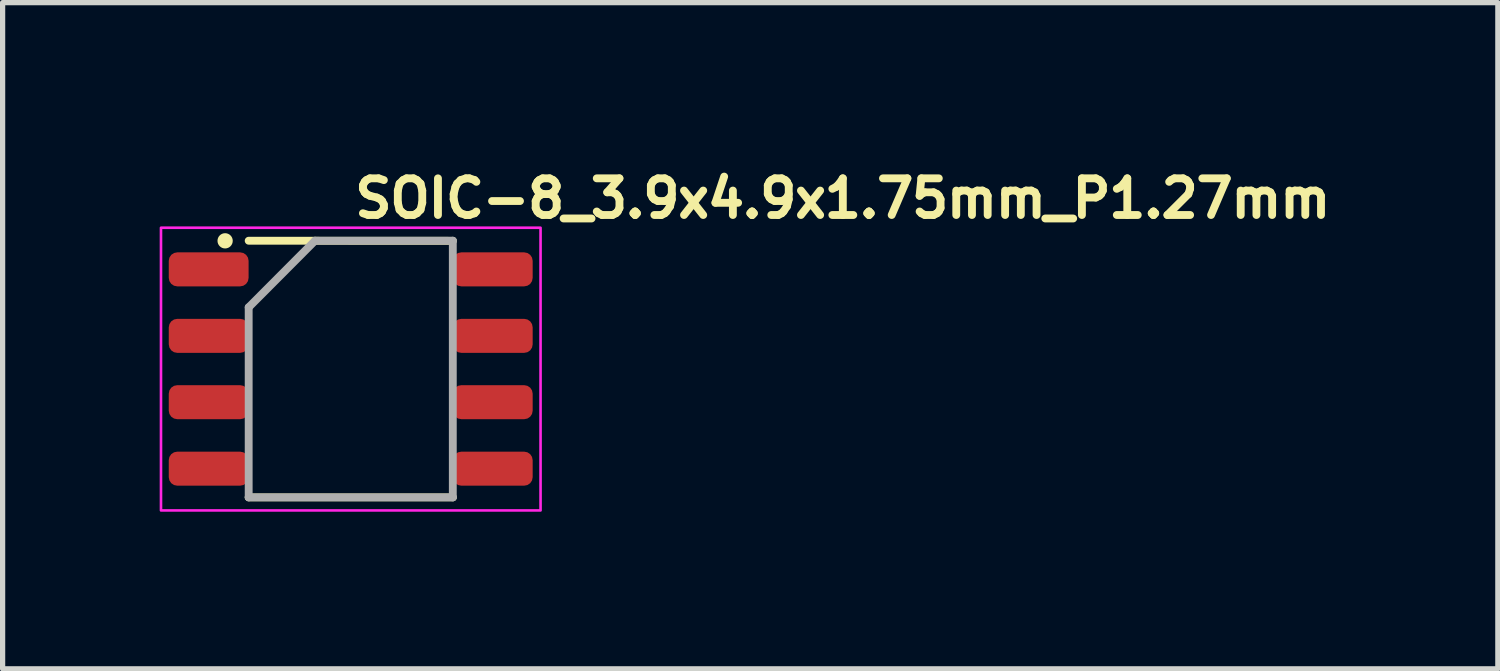
<source format=kicad_pcb>
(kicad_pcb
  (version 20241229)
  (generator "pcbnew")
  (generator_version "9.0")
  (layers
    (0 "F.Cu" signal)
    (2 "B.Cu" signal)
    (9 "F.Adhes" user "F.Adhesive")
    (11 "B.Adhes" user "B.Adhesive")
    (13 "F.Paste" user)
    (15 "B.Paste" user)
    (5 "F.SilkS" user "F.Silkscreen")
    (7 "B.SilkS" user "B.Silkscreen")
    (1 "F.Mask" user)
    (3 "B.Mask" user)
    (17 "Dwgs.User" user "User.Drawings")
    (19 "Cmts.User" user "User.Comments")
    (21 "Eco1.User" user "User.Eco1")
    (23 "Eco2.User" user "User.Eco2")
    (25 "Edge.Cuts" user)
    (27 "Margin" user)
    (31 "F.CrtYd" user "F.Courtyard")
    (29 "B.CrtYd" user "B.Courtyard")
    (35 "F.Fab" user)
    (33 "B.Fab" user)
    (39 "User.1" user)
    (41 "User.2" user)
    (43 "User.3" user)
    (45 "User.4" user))
  (footprint "SOIC-8_3.9x4.9x1.75mm_P1.27mm"
    (layer "F.Cu")
    (at 3.65 4)
    (property "Reference" "SOIC-8_3.9x4.9x1.75mm_P1.27mm" (at 0 -2.85 0) (layer "F.SilkS") (effects (font (size 0.7 0.7) (thickness 0.15)) (justify left bottom)))
    (attr smd)
    (fp_line (start -1.95 -2.452) (end 1.95 -2.45) (stroke (width 0.15) (type solid)) (layer "F.SilkS"))
    (fp_line (start -1.95 2.45) (end 1.95 2.45) (stroke (width 0.15) (type solid)) (layer "F.SilkS"))
    (fp_circle (center -2.4 -2.45) (end -2.35 -2.4) (stroke (width 0.15) (type solid)) (fill yes) (layer "F.SilkS"))
    (fp_rect (start -3.625 -2.7) (end 3.625 2.7) (stroke (width 0.05) (type solid)) (fill no) (layer "F.CrtYd"))
    (fp_line (start -1.95 -1.18) (end -0.683 -2.452) (stroke (width 0.15) (type solid)) (layer "F.Fab"))
    (fp_line (start -1.95 2.45) (end -1.95 -1.18) (stroke (width 0.15) (type solid)) (layer "F.Fab"))
    (fp_line (start -0.683 -2.452) (end 1.949 -2.452) (stroke (width 0.15) (type solid)) (layer "F.Fab"))
    (fp_line (start 1.949 -2.452) (end 1.949 2.45) (stroke (width 0.15) (type solid)) (layer "F.Fab"))
    (fp_line (start 1.949 2.45) (end -1.95 2.45) (stroke (width 0.15) (type solid)) (layer "F.Fab"))
    (fp_rect (start -3 -2.452) (end 2.999 2.45) (stroke (width 0.1) (type solid)) (fill no) (layer "User.5"))
    (fp_line (start -3 -2.11) (end -2.753 -2.11) (stroke (width 0.02) (type solid)) (layer "User.9"))
    (fp_line (start -3 -1.7) (end -3 -2.11) (stroke (width 0.02) (type solid)) (layer "User.9"))
    (fp_line (start -3 -1.7) (end -2.753 -1.7) (stroke (width 0.02) (type solid)) (layer "User.9"))
    (fp_line (start -3 -0.84) (end -2.753 -0.84) (stroke (width 0.02) (type solid)) (layer "User.9"))
    (fp_line (start -3 -0.43) (end -3 -0.84) (stroke (width 0.02) (type solid)) (layer "User.9"))
    (fp_line (start -3 -0.43) (end -2.753 -0.43) (stroke (width 0.02) (type solid)) (layer "User.9"))
    (fp_line (start -3 0.428) (end -2.753 0.428) (stroke (width 0.02) (type solid)) (layer "User.9"))
    (fp_line (start -3 0.838) (end -3 0.428) (stroke (width 0.02) (type solid)) (layer "User.9"))
    (fp_line (start -3 0.838) (end -2.753 0.838) (stroke (width 0.02) (type solid)) (layer "User.9"))
    (fp_line (start -3 1.699) (end -2.753 1.699) (stroke (width 0.02) (type solid)) (layer "User.9"))
    (fp_line (start -3 2.108) (end -3 1.699) (stroke (width 0.02) (type solid)) (layer "User.9"))
    (fp_line (start -3 2.108) (end -2.753 2.108) (stroke (width 0.02) (type solid)) (layer "User.9"))
    (fp_line (start -2.753 -2.11) (end -2.672 -2.11) (stroke (width 0.02) (type solid)) (layer "User.9"))
    (fp_line (start -2.753 -1.7) (end -2.672 -1.7) (stroke (width 0.02) (type solid)) (layer "User.9"))
    (fp_line (start -2.753 -0.84) (end -2.672 -0.84) (stroke (width 0.02) (type solid)) (layer "User.9"))
    (fp_line (start -2.753 -0.43) (end -2.672 -0.43) (stroke (width 0.02) (type solid)) (layer "User.9"))
    (fp_line (start -2.753 0.428) (end -2.672 0.428) (stroke (width 0.02) (type solid)) (layer "User.9"))
    (fp_line (start -2.753 0.838) (end -2.672 0.838) (stroke (width 0.02) (type solid)) (layer "User.9"))
    (fp_line (start -2.753 1.699) (end -2.672 1.699) (stroke (width 0.02) (type solid)) (layer "User.9"))
    (fp_line (start -2.753 2.108) (end -2.672 2.108) (stroke (width 0.02) (type solid)) (layer "User.9"))
    (fp_line (start -2.672 -2.11) (end -2.145 -2.11) (stroke (width 0.02) (type solid)) (layer "User.9"))
    (fp_line (start -2.672 -1.7) (end -2.145 -1.7) (stroke (width 0.02) (type solid)) (layer "User.9"))
    (fp_line (start -2.672 -0.84) (end -2.145 -0.84) (stroke (width 0.02) (type solid)) (layer "User.9"))
    (fp_line (start -2.672 -0.43) (end -2.145 -0.43) (stroke (width 0.02) (type solid)) (layer "User.9"))
    (fp_line (start -2.672 0.428) (end -2.145 0.428) (stroke (width 0.02) (type solid)) (layer "User.9"))
    (fp_line (start -2.672 0.838) (end -2.145 0.838) (stroke (width 0.02) (type solid)) (layer "User.9"))
    (fp_line (start -2.672 1.699) (end -2.145 1.699) (stroke (width 0.02) (type solid)) (layer "User.9"))
    (fp_line (start -2.672 2.108) (end -2.145 2.108) (stroke (width 0.02) (type solid)) (layer "User.9"))
    (fp_line (start -2.145 -2.11) (end -2.064 -2.11) (stroke (width 0.02) (type solid)) (layer "User.9"))
    (fp_line (start -2.145 -1.7) (end -2.064 -1.7) (stroke (width 0.02) (type solid)) (layer "User.9"))
    (fp_line (start -2.145 -0.84) (end -2.064 -0.84) (stroke (width 0.02) (type solid)) (layer "User.9"))
    (fp_line (start -2.145 -0.43) (end -2.064 -0.43) (stroke (width 0.02) (type solid)) (layer "User.9"))
    (fp_line (start -2.145 0.428) (end -2.064 0.428) (stroke (width 0.02) (type solid)) (layer "User.9"))
    (fp_line (start -2.145 0.838) (end -2.064 0.838) (stroke (width 0.02) (type solid)) (layer "User.9"))
    (fp_line (start -2.145 1.699) (end -2.064 1.699) (stroke (width 0.02) (type solid)) (layer "User.9"))
    (fp_line (start -2.145 2.108) (end -2.064 2.108) (stroke (width 0.02) (type solid)) (layer "User.9"))
    (fp_line (start -2.064 -2.11) (end -1.95 -2.11) (stroke (width 0.02) (type solid)) (layer "User.9"))
    (fp_line (start -2.064 -1.7) (end -1.95 -1.7) (stroke (width 0.02) (type solid)) (layer "User.9"))
    (fp_line (start -2.064 -0.84) (end -1.95 -0.84) (stroke (width 0.02) (type solid)) (layer "User.9"))
    (fp_line (start -2.064 -0.43) (end -1.95 -0.43) (stroke (width 0.02) (type solid)) (layer "User.9"))
    (fp_line (start -2.064 0.428) (end -1.95 0.428) (stroke (width 0.02) (type solid)) (layer "User.9"))
    (fp_line (start -2.064 0.838) (end -1.95 0.838) (stroke (width 0.02) (type solid)) (layer "User.9"))
    (fp_line (start -2.064 1.699) (end -1.95 1.699) (stroke (width 0.02) (type solid)) (layer "User.9"))
    (fp_line (start -2.064 2.108) (end -1.95 2.108) (stroke (width 0.02) (type solid)) (layer "User.9"))
    (fp_line (start -1.95 -2.452) (end -1.859 -2.359) (stroke (width 0.02) (type solid)) (layer "User.9"))
    (fp_line (start -1.95 -2.452) (end 1.949 -2.452) (stroke (width 0.02) (type solid)) (layer "User.9"))
    (fp_line (start -1.95 -1.7) (end -1.95 -2.11) (stroke (width 0.02) (type solid)) (layer "User.9"))
    (fp_line (start -1.95 -0.43) (end -1.95 -0.84) (stroke (width 0.02) (type solid)) (layer "User.9"))
    (fp_line (start -1.95 0.838) (end -1.95 0.428) (stroke (width 0.02) (type solid)) (layer "User.9"))
    (fp_line (start -1.95 2.108) (end -1.95 1.699) (stroke (width 0.02) (type solid)) (layer "User.9"))
    (fp_line (start -1.95 2.45) (end -1.95 -2.452) (stroke (width 0.02) (type solid)) (layer "User.9"))
    (fp_line (start -1.95 2.45) (end -1.859 2.358) (stroke (width 0.02) (type solid)) (layer "User.9"))
    (fp_line (start -1.95 2.45) (end 1.949 2.45) (stroke (width 0.02) (type solid)) (layer "User.9"))
    (fp_line (start -1.859 -2.359) (end -1.809 -2.31) (stroke (width 0.02) (type solid)) (layer "User.9"))
    (fp_line (start -1.859 2.358) (end -1.809 2.307) (stroke (width 0.02) (type solid)) (layer "User.9"))
    (fp_line (start -1.559 -1.841) (end -1.559 -1.829) (stroke (width 0.02) (type solid)) (layer "User.9"))
    (fp_line (start -1.559 -1.829) (end -1.559 -1.815) (stroke (width 0.02) (type solid)) (layer "User.9"))
    (fp_line (start -1.559 -1.815) (end -1.559 -1.815) (stroke (width 0.02) (type solid)) (layer "User.9"))
    (fp_line (start -1.559 -1.815) (end -1.559 -1.803) (stroke (width 0.02) (type solid)) (layer "User.9"))
    (fp_line (start -1.559 -1.803) (end -1.559 -1.792) (stroke (width 0.02) (type solid)) (layer "User.9"))
    (fp_line (start -1.559 -1.792) (end -1.557 -1.778) (stroke (width 0.02) (type solid)) (layer "User.9"))
    (fp_line (start -1.557 -1.853) (end -1.559 -1.841) (stroke (width 0.02) (type solid)) (layer "User.9"))
    (fp_line (start -1.557 -1.778) (end -1.555 -1.766) (stroke (width 0.02) (type solid)) (layer "User.9"))
    (fp_line (start -1.555 -1.865) (end -1.557 -1.853) (stroke (width 0.02) (type solid)) (layer "User.9"))
    (fp_line (start -1.555 -1.766) (end -1.553 -1.756) (stroke (width 0.02) (type solid)) (layer "User.9"))
    (fp_line (start -1.553 -1.877) (end -1.555 -1.865) (stroke (width 0.02) (type solid)) (layer "User.9"))
    (fp_line (start -1.553 -1.756) (end -1.549 -1.744) (stroke (width 0.02) (type solid)) (layer "User.9"))
    (fp_line (start -1.549 -1.889) (end -1.553 -1.877) (stroke (width 0.02) (type solid)) (layer "User.9"))
    (fp_line (start -1.549 -1.744) (end -1.545 -1.732) (stroke (width 0.02) (type solid)) (layer "User.9"))
    (fp_line (start -1.545 -1.899) (end -1.549 -1.889) (stroke (width 0.02) (type solid)) (layer "User.9"))
    (fp_line (start -1.545 -1.732) (end -1.541 -1.722) (stroke (width 0.02) (type solid)) (layer "User.9"))
    (fp_line (start -1.541 -1.911) (end -1.545 -1.899) (stroke (width 0.02) (type solid)) (layer "User.9"))
    (fp_line (start -1.541 -1.722) (end -1.536 -1.71) (stroke (width 0.02) (type solid)) (layer "User.9"))
    (fp_line (start -1.536 -1.922) (end -1.541 -1.911) (stroke (width 0.02) (type solid)) (layer "User.9"))
    (fp_line (start -1.536 -1.71) (end -1.53 -1.7) (stroke (width 0.02) (type solid)) (layer "User.9"))
    (fp_line (start -1.53 -1.932) (end -1.536 -1.922) (stroke (width 0.02) (type solid)) (layer "User.9"))
    (fp_line (start -1.53 -1.7) (end -1.524 -1.69) (stroke (width 0.02) (type solid)) (layer "User.9"))
    (fp_line (start -1.524 -1.942) (end -1.53 -1.932) (stroke (width 0.02) (type solid)) (layer "User.9"))
    (fp_line (start -1.524 -1.69) (end -1.518 -1.68) (stroke (width 0.02) (type solid)) (layer "User.9"))
    (fp_line (start -1.518 -1.952) (end -1.524 -1.942) (stroke (width 0.02) (type solid)) (layer "User.9"))
    (fp_line (start -1.518 -1.68) (end -1.512 -1.67) (stroke (width 0.02) (type solid)) (layer "User.9"))
    (fp_line (start -1.512 -1.962) (end -1.518 -1.952) (stroke (width 0.02) (type solid)) (layer "User.9"))
    (fp_line (start -1.512 -1.67) (end -1.504 -1.661) (stroke (width 0.02) (type solid)) (layer "User.9"))
    (fp_line (start -1.504 -1.972) (end -1.512 -1.962) (stroke (width 0.02) (type solid)) (layer "User.9"))
    (fp_line (start -1.504 -1.661) (end -1.496 -1.653) (stroke (width 0.02) (type solid)) (layer "User.9"))
    (fp_line (start -1.496 -1.98) (end -1.504 -1.972) (stroke (width 0.02) (type solid)) (layer "User.9"))
    (fp_line (start -1.496 -1.653) (end -1.488 -1.643) (stroke (width 0.02) (type solid)) (layer "User.9"))
    (fp_line (start -1.488 -1.988) (end -1.496 -1.98) (stroke (width 0.02) (type solid)) (layer "User.9"))
    (fp_line (start -1.488 -1.643) (end -1.48 -1.635) (stroke (width 0.02) (type solid)) (layer "User.9"))
    (fp_line (start -1.48 -1.996) (end -1.488 -1.988) (stroke (width 0.02) (type solid)) (layer "User.9"))
    (fp_line (start -1.48 -1.635) (end -1.472 -1.627) (stroke (width 0.02) (type solid)) (layer "User.9"))
    (fp_line (start -1.472 -2.004) (end -1.48 -1.996) (stroke (width 0.02) (type solid)) (layer "User.9"))
    (fp_line (start -1.472 -1.627) (end -1.462 -1.621) (stroke (width 0.02) (type solid)) (layer "User.9"))
    (fp_line (start -1.462 -2.012) (end -1.472 -2.004) (stroke (width 0.02) (type solid)) (layer "User.9"))
    (fp_line (start -1.462 -1.621) (end -1.452 -1.613) (stroke (width 0.02) (type solid)) (layer "User.9"))
    (fp_line (start -1.452 -2.019) (end -1.462 -2.012) (stroke (width 0.02) (type solid)) (layer "User.9"))
    (fp_line (start -1.452 -1.613) (end -1.442 -1.607) (stroke (width 0.02) (type solid)) (layer "User.9"))
    (fp_line (start -1.442 -2.024) (end -1.452 -2.019) (stroke (width 0.02) (type solid)) (layer "User.9"))
    (fp_line (start -1.442 -1.607) (end -1.432 -1.601) (stroke (width 0.02) (type solid)) (layer "User.9"))
    (fp_line (start -1.432 -2.031) (end -1.442 -2.024) (stroke (width 0.02) (type solid)) (layer "User.9"))
    (fp_line (start -1.432 -1.601) (end -1.422 -1.597) (stroke (width 0.02) (type solid)) (layer "User.9"))
    (fp_line (start -1.422 -2.036) (end -1.432 -2.031) (stroke (width 0.02) (type solid)) (layer "User.9"))
    (fp_line (start -1.422 -1.597) (end -1.41 -1.591) (stroke (width 0.02) (type solid)) (layer "User.9"))
    (fp_line (start -1.41 -2.04) (end -1.422 -2.036) (stroke (width 0.02) (type solid)) (layer "User.9"))
    (fp_line (start -1.41 -1.591) (end -1.399 -1.587) (stroke (width 0.02) (type solid)) (layer "User.9"))
    (fp_line (start -1.399 -2.044) (end -1.41 -2.04) (stroke (width 0.02) (type solid)) (layer "User.9"))
    (fp_line (start -1.399 -1.587) (end -1.389 -1.583) (stroke (width 0.02) (type solid)) (layer "User.9"))
    (fp_line (start -1.389 -2.048) (end -1.399 -2.044) (stroke (width 0.02) (type solid)) (layer "User.9"))
    (fp_line (start -1.389 -1.583) (end -1.377 -1.579) (stroke (width 0.02) (type solid)) (layer "User.9"))
    (fp_line (start -1.377 -2.053) (end -1.389 -2.048) (stroke (width 0.02) (type solid)) (layer "User.9"))
    (fp_line (start -1.377 -1.579) (end -1.365 -1.577) (stroke (width 0.02) (type solid)) (layer "User.9"))
    (fp_line (start -1.365 -2.054) (end -1.377 -2.053) (stroke (width 0.02) (type solid)) (layer "User.9"))
    (fp_line (start -1.365 -1.577) (end -1.353 -1.575) (stroke (width 0.02) (type solid)) (layer "User.9"))
    (fp_line (start -1.353 -2.057) (end -1.365 -2.054) (stroke (width 0.02) (type solid)) (layer "User.9"))
    (fp_line (start -1.353 -1.575) (end -1.341 -1.573) (stroke (width 0.02) (type solid)) (layer "User.9"))
    (fp_line (start -1.341 -2.058) (end -1.353 -2.057) (stroke (width 0.02) (type solid)) (layer "User.9"))
    (fp_line (start -1.341 -1.573) (end -1.329 -1.573) (stroke (width 0.02) (type solid)) (layer "User.9"))
    (fp_line (start -1.329 -2.06) (end -1.341 -2.058) (stroke (width 0.02) (type solid)) (layer "User.9"))
    (fp_line (start -1.329 -1.573) (end -1.315 -1.573) (stroke (width 0.02) (type solid)) (layer "User.9"))
    (fp_line (start -1.315 -2.06) (end -1.329 -2.06) (stroke (width 0.02) (type solid)) (layer "User.9"))
    (fp_line (start -1.315 -2.06) (end -1.315 -2.06) (stroke (width 0.02) (type solid)) (layer "User.9"))
    (fp_line (start -1.315 -1.573) (end -1.315 -1.573) (stroke (width 0.02) (type solid)) (layer "User.9"))
    (fp_line (start -1.315 -1.573) (end -1.303 -1.573) (stroke (width 0.02) (type solid)) (layer "User.9"))
    (fp_line (start -1.303 -2.06) (end -1.315 -2.06) (stroke (width 0.02) (type solid)) (layer "User.9"))
    (fp_line (start -1.303 -1.573) (end -1.291 -1.573) (stroke (width 0.02) (type solid)) (layer "User.9"))
    (fp_line (start -1.291 -2.058) (end -1.303 -2.06) (stroke (width 0.02) (type solid)) (layer "User.9"))
    (fp_line (start -1.291 -1.573) (end -1.278 -1.575) (stroke (width 0.02) (type solid)) (layer "User.9"))
    (fp_line (start -1.278 -2.057) (end -1.291 -2.058) (stroke (width 0.02) (type solid)) (layer "User.9"))
    (fp_line (start -1.278 -1.575) (end -1.266 -1.577) (stroke (width 0.02) (type solid)) (layer "User.9"))
    (fp_line (start -1.266 -2.054) (end -1.278 -2.057) (stroke (width 0.02) (type solid)) (layer "User.9"))
    (fp_line (start -1.266 -1.577) (end -1.256 -1.579) (stroke (width 0.02) (type solid)) (layer "User.9"))
    (fp_line (start -1.256 -2.053) (end -1.266 -2.054) (stroke (width 0.02) (type solid)) (layer "User.9"))
    (fp_line (start -1.256 -1.579) (end -1.244 -1.583) (stroke (width 0.02) (type solid)) (layer "User.9"))
    (fp_line (start -1.244 -2.048) (end -1.256 -2.053) (stroke (width 0.02) (type solid)) (layer "User.9"))
    (fp_line (start -1.244 -1.583) (end -1.232 -1.587) (stroke (width 0.02) (type solid)) (layer "User.9"))
    (fp_line (start -1.232 -2.044) (end -1.244 -2.048) (stroke (width 0.02) (type solid)) (layer "User.9"))
    (fp_line (start -1.232 -1.587) (end -1.222 -1.591) (stroke (width 0.02) (type solid)) (layer "User.9"))
    (fp_line (start -1.222 -2.04) (end -1.232 -2.044) (stroke (width 0.02) (type solid)) (layer "User.9"))
    (fp_line (start -1.222 -1.591) (end -1.21 -1.597) (stroke (width 0.02) (type solid)) (layer "User.9"))
    (fp_line (start -1.21 -2.036) (end -1.222 -2.04) (stroke (width 0.02) (type solid)) (layer "User.9"))
    (fp_line (start -1.21 -1.597) (end -1.2 -1.601) (stroke (width 0.02) (type solid)) (layer "User.9"))
    (fp_line (start -1.2 -2.031) (end -1.21 -2.036) (stroke (width 0.02) (type solid)) (layer "User.9"))
    (fp_line (start -1.2 -1.601) (end -1.19 -1.607) (stroke (width 0.02) (type solid)) (layer "User.9"))
    (fp_line (start -1.19 -2.024) (end -1.2 -2.031) (stroke (width 0.02) (type solid)) (layer "User.9"))
    (fp_line (start -1.19 -1.607) (end -1.18 -1.613) (stroke (width 0.02) (type solid)) (layer "User.9"))
    (fp_line (start -1.18 -2.019) (end -1.19 -2.024) (stroke (width 0.02) (type solid)) (layer "User.9"))
    (fp_line (start -1.18 -1.613) (end -1.17 -1.621) (stroke (width 0.02) (type solid)) (layer "User.9"))
    (fp_line (start -1.17 -2.012) (end -1.18 -2.019) (stroke (width 0.02) (type solid)) (layer "User.9"))
    (fp_line (start -1.17 -1.621) (end -1.16 -1.627) (stroke (width 0.02) (type solid)) (layer "User.9"))
    (fp_line (start -1.16 -2.004) (end -1.17 -2.012) (stroke (width 0.02) (type solid)) (layer "User.9"))
    (fp_line (start -1.16 -1.627) (end -1.153 -1.635) (stroke (width 0.02) (type solid)) (layer "User.9"))
    (fp_line (start -1.153 -1.996) (end -1.16 -2.004) (stroke (width 0.02) (type solid)) (layer "User.9"))
    (fp_line (start -1.153 -1.635) (end -1.143 -1.643) (stroke (width 0.02) (type solid)) (layer "User.9"))
    (fp_line (start -1.143 -1.988) (end -1.153 -1.996) (stroke (width 0.02) (type solid)) (layer "User.9"))
    (fp_line (start -1.143 -1.643) (end -1.135 -1.653) (stroke (width 0.02) (type solid)) (layer "User.9"))
    (fp_line (start -1.135 -1.98) (end -1.143 -1.988) (stroke (width 0.02) (type solid)) (layer "User.9"))
    (fp_line (start -1.135 -1.653) (end -1.127 -1.661) (stroke (width 0.02) (type solid)) (layer "User.9"))
    (fp_line (start -1.127 -1.972) (end -1.135 -1.98) (stroke (width 0.02) (type solid)) (layer "User.9"))
    (fp_line (start -1.127 -1.661) (end -1.121 -1.67) (stroke (width 0.02) (type solid)) (layer "User.9"))
    (fp_line (start -1.121 -1.962) (end -1.127 -1.972) (stroke (width 0.02) (type solid)) (layer "User.9"))
    (fp_line (start -1.121 -1.67) (end -1.113 -1.68) (stroke (width 0.02) (type solid)) (layer "User.9"))
    (fp_line (start -1.113 -1.952) (end -1.121 -1.962) (stroke (width 0.02) (type solid)) (layer "User.9"))
    (fp_line (start -1.113 -1.68) (end -1.107 -1.69) (stroke (width 0.02) (type solid)) (layer "User.9"))
    (fp_line (start -1.107 -1.942) (end -1.113 -1.952) (stroke (width 0.02) (type solid)) (layer "User.9"))
    (fp_line (start -1.107 -1.69) (end -1.101 -1.7) (stroke (width 0.02) (type solid)) (layer "User.9"))
    (fp_line (start -1.101 -1.932) (end -1.107 -1.942) (stroke (width 0.02) (type solid)) (layer "User.9"))
    (fp_line (start -1.101 -1.7) (end -1.097 -1.71) (stroke (width 0.02) (type solid)) (layer "User.9"))
    (fp_line (start -1.097 -1.922) (end -1.101 -1.932) (stroke (width 0.02) (type solid)) (layer "User.9"))
    (fp_line (start -1.097 -1.71) (end -1.091 -1.722) (stroke (width 0.02) (type solid)) (layer "User.9"))
    (fp_line (start -1.091 -1.911) (end -1.097 -1.922) (stroke (width 0.02) (type solid)) (layer "User.9"))
    (fp_line (start -1.091 -1.722) (end -1.087 -1.732) (stroke (width 0.02) (type solid)) (layer "User.9"))
    (fp_line (start -1.087 -1.899) (end -1.091 -1.911) (stroke (width 0.02) (type solid)) (layer "User.9"))
    (fp_line (start -1.087 -1.732) (end -1.083 -1.744) (stroke (width 0.02) (type solid)) (layer "User.9"))
    (fp_line (start -1.083 -1.889) (end -1.087 -1.899) (stroke (width 0.02) (type solid)) (layer "User.9"))
    (fp_line (start -1.083 -1.744) (end -1.079 -1.756) (stroke (width 0.02) (type solid)) (layer "User.9"))
    (fp_line (start -1.079 -1.877) (end -1.083 -1.889) (stroke (width 0.02) (type solid)) (layer "User.9"))
    (fp_line (start -1.079 -1.756) (end -1.077 -1.766) (stroke (width 0.02) (type solid)) (layer "User.9"))
    (fp_line (start -1.077 -1.865) (end -1.079 -1.877) (stroke (width 0.02) (type solid)) (layer "User.9"))
    (fp_line (start -1.077 -1.766) (end -1.075 -1.778) (stroke (width 0.02) (type solid)) (layer "User.9"))
    (fp_line (start -1.075 -1.853) (end -1.077 -1.865) (stroke (width 0.02) (type solid)) (layer "User.9"))
    (fp_line (start -1.075 -1.778) (end -1.073 -1.792) (stroke (width 0.02) (type solid)) (layer "User.9"))
    (fp_line (start -1.073 -1.841) (end -1.075 -1.853) (stroke (width 0.02) (type solid)) (layer "User.9"))
    (fp_line (start -1.073 -1.829) (end -1.073 -1.841) (stroke (width 0.02) (type solid)) (layer "User.9"))
    (fp_line (start -1.073 -1.815) (end -1.073 -1.829) (stroke (width 0.02) (type solid)) (layer "User.9"))
    (fp_line (start -1.073 -1.815) (end -1.073 -1.815) (stroke (width 0.02) (type solid)) (layer "User.9"))
    (fp_line (start -1.073 -1.815) (end -1.073 -1.815) (stroke (width 0.02) (type solid)) (layer "User.9"))
    (fp_line (start -1.073 -1.803) (end -1.073 -1.815) (stroke (width 0.02) (type solid)) (layer "User.9"))
    (fp_line (start -1.073 -1.792) (end -1.073 -1.803) (stroke (width 0.02) (type solid)) (layer "User.9"))
    (fp_line (start 1.808 -2.31) (end 1.858 -2.359) (stroke (width 0.02) (type solid)) (layer "User.9"))
    (fp_line (start 1.858 2.358) (end 1.808 2.307) (stroke (width 0.02) (type solid)) (layer "User.9"))
    (fp_line (start 1.949 -2.452) (end 1.858 -2.359) (stroke (width 0.02) (type solid)) (layer "User.9"))
    (fp_line (start 1.949 -2.11) (end 2.061 -2.11) (stroke (width 0.02) (type solid)) (layer "User.9"))
    (fp_line (start 1.949 -1.7) (end 1.949 -2.11) (stroke (width 0.02) (type solid)) (layer "User.9"))
    (fp_line (start 1.949 -1.7) (end 2.061 -1.7) (stroke (width 0.02) (type solid)) (layer "User.9"))
    (fp_line (start 1.949 -0.84) (end 2.061 -0.84) (stroke (width 0.02) (type solid)) (layer "User.9"))
    (fp_line (start 1.949 -0.43) (end 1.949 -0.84) (stroke (width 0.02) (type solid)) (layer "User.9"))
    (fp_line (start 1.949 -0.43) (end 2.061 -0.43) (stroke (width 0.02) (type solid)) (layer "User.9"))
    (fp_line (start 1.949 0.428) (end 2.061 0.428) (stroke (width 0.02) (type solid)) (layer "User.9"))
    (fp_line (start 1.949 0.838) (end 1.949 0.428) (stroke (width 0.02) (type solid)) (layer "User.9"))
    (fp_line (start 1.949 0.838) (end 2.061 0.838) (stroke (width 0.02) (type solid)) (layer "User.9"))
    (fp_line (start 1.949 1.699) (end 2.061 1.699) (stroke (width 0.02) (type solid)) (layer "User.9"))
    (fp_line (start 1.949 2.108) (end 1.949 1.699) (stroke (width 0.02) (type solid)) (layer "User.9"))
    (fp_line (start 1.949 2.108) (end 2.061 2.108) (stroke (width 0.02) (type solid)) (layer "User.9"))
    (fp_line (start 1.949 2.45) (end 1.858 2.358) (stroke (width 0.02) (type solid)) (layer "User.9"))
    (fp_line (start 1.949 2.45) (end 1.949 -2.452) (stroke (width 0.02) (type solid)) (layer "User.9"))
    (fp_line (start 2.143 -2.11) (end 2.061 -2.11) (stroke (width 0.02) (type solid)) (layer "User.9"))
    (fp_line (start 2.143 -1.7) (end 2.061 -1.7) (stroke (width 0.02) (type solid)) (layer "User.9"))
    (fp_line (start 2.143 -0.84) (end 2.061 -0.84) (stroke (width 0.02) (type solid)) (layer "User.9"))
    (fp_line (start 2.143 -0.43) (end 2.061 -0.43) (stroke (width 0.02) (type solid)) (layer "User.9"))
    (fp_line (start 2.143 0.428) (end 2.061 0.428) (stroke (width 0.02) (type solid)) (layer "User.9"))
    (fp_line (start 2.143 0.838) (end 2.061 0.838) (stroke (width 0.02) (type solid)) (layer "User.9"))
    (fp_line (start 2.143 1.699) (end 2.061 1.699) (stroke (width 0.02) (type solid)) (layer "User.9"))
    (fp_line (start 2.143 2.108) (end 2.061 2.108) (stroke (width 0.02) (type solid)) (layer "User.9"))
    (fp_line (start 2.669 -2.11) (end 2.143 -2.11) (stroke (width 0.02) (type solid)) (layer "User.9"))
    (fp_line (start 2.669 -1.7) (end 2.143 -1.7) (stroke (width 0.02) (type solid)) (layer "User.9"))
    (fp_line (start 2.669 -0.84) (end 2.143 -0.84) (stroke (width 0.02) (type solid)) (layer "User.9"))
    (fp_line (start 2.669 -0.43) (end 2.143 -0.43) (stroke (width 0.02) (type solid)) (layer "User.9"))
    (fp_line (start 2.669 0.428) (end 2.143 0.428) (stroke (width 0.02) (type solid)) (layer "User.9"))
    (fp_line (start 2.669 0.838) (end 2.143 0.838) (stroke (width 0.02) (type solid)) (layer "User.9"))
    (fp_line (start 2.669 1.699) (end 2.143 1.699) (stroke (width 0.02) (type solid)) (layer "User.9"))
    (fp_line (start 2.669 2.108) (end 2.143 2.108) (stroke (width 0.02) (type solid)) (layer "User.9"))
    (fp_line (start 2.75 -2.11) (end 2.669 -2.11) (stroke (width 0.02) (type solid)) (layer "User.9"))
    (fp_line (start 2.75 -2.11) (end 2.999 -2.11) (stroke (width 0.02) (type solid)) (layer "User.9"))
    (fp_line (start 2.75 -1.7) (end 2.669 -1.7) (stroke (width 0.02) (type solid)) (layer "User.9"))
    (fp_line (start 2.75 -1.7) (end 2.999 -1.7) (stroke (width 0.02) (type solid)) (layer "User.9"))
    (fp_line (start 2.75 -0.84) (end 2.669 -0.84) (stroke (width 0.02) (type solid)) (layer "User.9"))
    (fp_line (start 2.75 -0.84) (end 2.999 -0.84) (stroke (width 0.02) (type solid)) (layer "User.9"))
    (fp_line (start 2.75 -0.43) (end 2.669 -0.43) (stroke (width 0.02) (type solid)) (layer "User.9"))
    (fp_line (start 2.75 -0.43) (end 2.999 -0.43) (stroke (width 0.02) (type solid)) (layer "User.9"))
    (fp_line (start 2.75 0.428) (end 2.669 0.428) (stroke (width 0.02) (type solid)) (layer "User.9"))
    (fp_line (start 2.75 0.428) (end 2.999 0.428) (stroke (width 0.02) (type solid)) (layer "User.9"))
    (fp_line (start 2.75 0.838) (end 2.669 0.838) (stroke (width 0.02) (type solid)) (layer "User.9"))
    (fp_line (start 2.75 0.838) (end 2.999 0.838) (stroke (width 0.02) (type solid)) (layer "User.9"))
    (fp_line (start 2.75 1.699) (end 2.669 1.699) (stroke (width 0.02) (type solid)) (layer "User.9"))
    (fp_line (start 2.75 1.699) (end 2.999 1.699) (stroke (width 0.02) (type solid)) (layer "User.9"))
    (fp_line (start 2.75 2.108) (end 2.669 2.108) (stroke (width 0.02) (type solid)) (layer "User.9"))
    (fp_line (start 2.75 2.108) (end 2.999 2.108) (stroke (width 0.02) (type solid)) (layer "User.9"))
    (fp_line (start 2.999 -1.7) (end 2.999 -2.11) (stroke (width 0.02) (type solid)) (layer "User.9"))
    (fp_line (start 2.999 -0.43) (end 2.999 -0.84) (stroke (width 0.02) (type solid)) (layer "User.9"))
    (fp_line (start 2.999 0.838) (end 2.999 0.428) (stroke (width 0.02) (type solid)) (layer "User.9"))
    (fp_line (start 2.999 2.108) (end 2.999 1.699) (stroke (width 0.02) (type solid)) (layer "User.9"))
    (pad "1" smd roundrect (at -2.714 -1.905 90) (size 0.65 1.525) (layers "F.Cu" "F.Mask" "F.Paste") (roundrect_rratio 0.25))
    (pad "2" smd roundrect (at -2.714 -0.635 90) (size 0.65 1.525) (layers "F.Cu" "F.Mask" "F.Paste") (roundrect_rratio 0.25))
    (pad "3" smd roundrect (at -2.714 0.632 90) (size 0.65 1.525) (layers "F.Cu" "F.Mask" "F.Paste") (roundrect_rratio 0.25))
    (pad "4" smd roundrect (at -2.714 1.902 90) (size 0.65 1.525) (layers "F.Cu" "F.Mask" "F.Paste") (roundrect_rratio 0.25))
    (pad "5" smd roundrect (at 2.712 1.902 90) (size 0.65 1.525) (layers "F.Cu" "F.Mask" "F.Paste") (roundrect_rratio 0.25))
    (pad "6" smd roundrect (at 2.712 0.632 90) (size 0.65 1.525) (layers "F.Cu" "F.Mask" "F.Paste") (roundrect_rratio 0.25))
    (pad "7" smd roundrect (at 2.712 -0.635 90) (size 0.65 1.525) (layers "F.Cu" "F.Mask" "F.Paste") (roundrect_rratio 0.25))
    (pad "8" smd roundrect (at 2.712 -1.905 90) (size 0.65 1.525) (layers "F.Cu" "F.Mask" "F.Paste") (roundrect_rratio 0.25)))
  (gr_rect
    (start -3 -3)
    (end 25.56 9.725)
    (stroke (width 0.1) (type default))
    (fill no)
    (layer "Edge.Cuts")))
</source>
